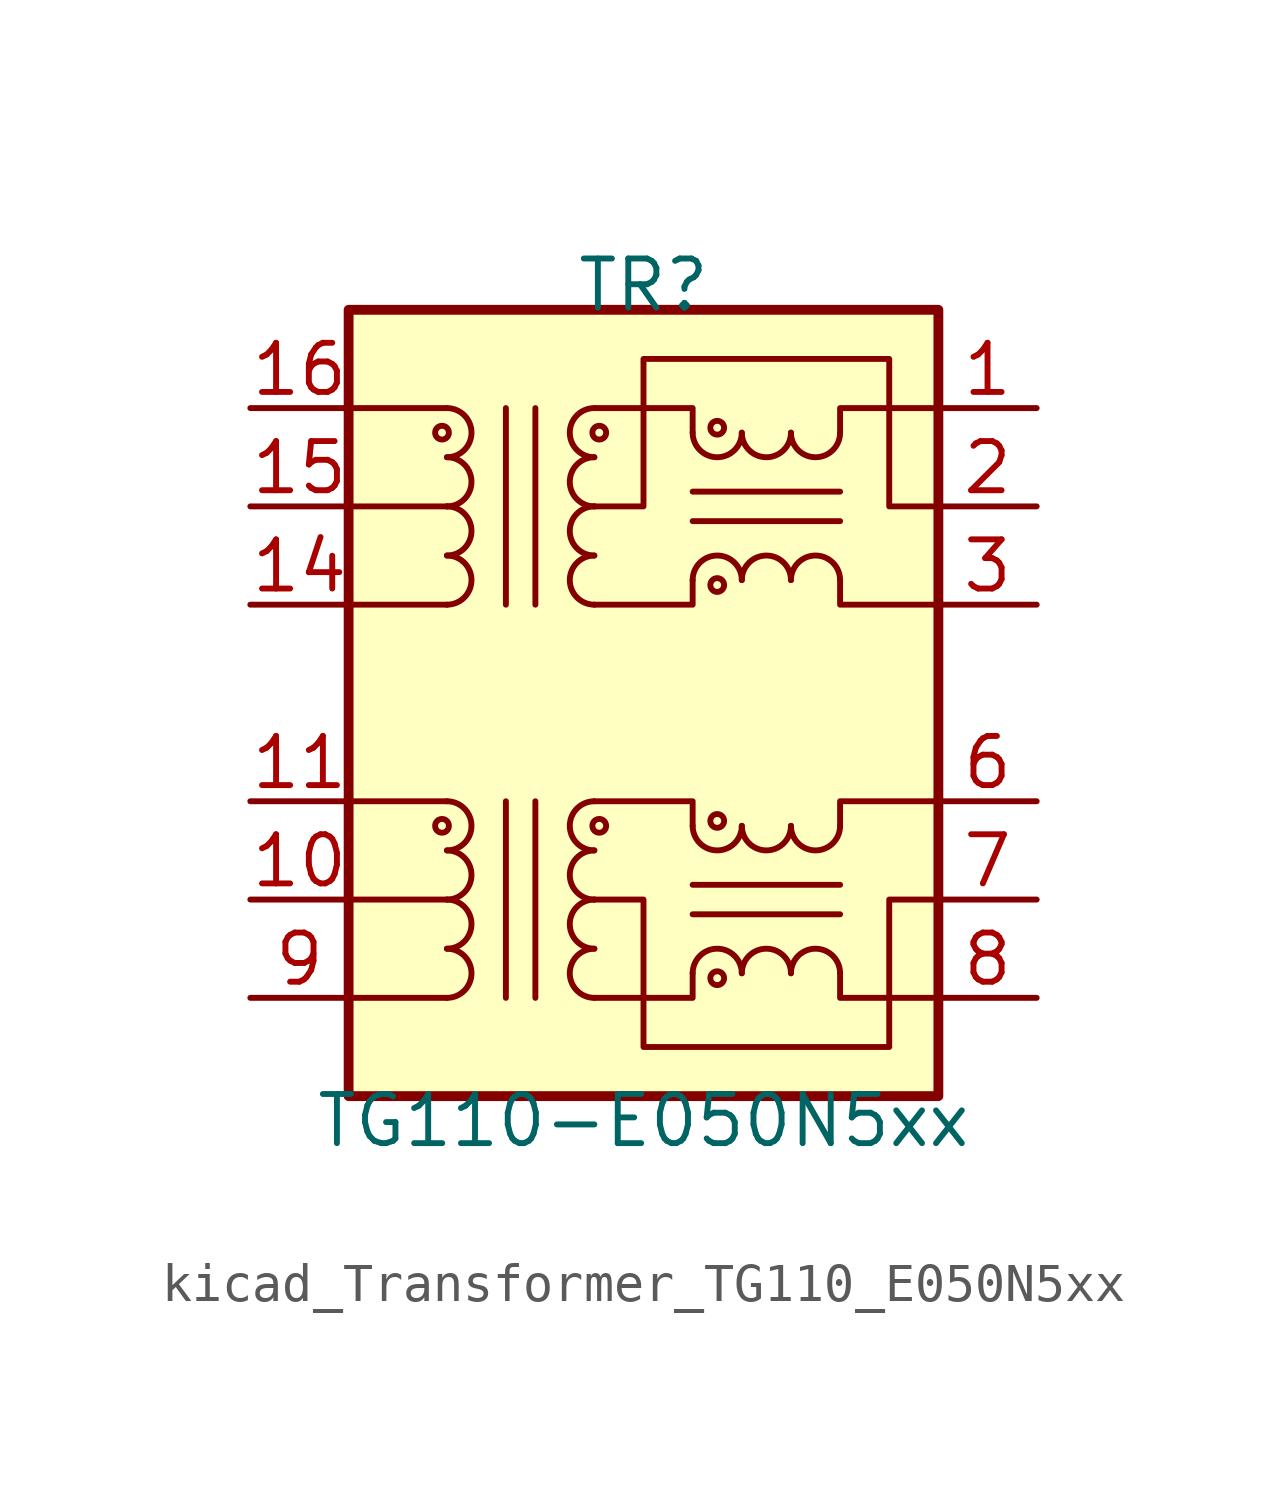
<source format=kicad_sym>
(kicad_symbol_lib
  (version 20220914)
  (generator kicad_symbol_editor)
  (symbol "kicad_Transformer_TG110_E050N5xx"
    (pin_names hide)
    (property "Reference" "TR"
      (at 0 10.795 0)
      (effects (font (size 1.27 1.27))))
    (property "Value" "TG110-E050N5xx"
      (at 0 -10.795 0)
      (effects (font (size 1.27 1.27))))
    (symbol "kicad_Transformer_TG110_E050N5xx_0_1"
      (rectangle (start -7.62 10.16) (end 7.62 -10.16) (stroke (width 0.254) (type default)) (fill (type background)))
      (circle (center -5.207 -3.175) (radius 0.178) (stroke (width 0) (type default)) (fill (type none)))
      (arc (start -5.08 -3.81) (mid -4.4477 -3.175) (end -5.08 -2.54) (stroke (width 0) (type default)) (fill (type none)))
      (polyline (pts (xy -5.08 -7.62) (xy -7.62 -7.62)) (stroke (width 0) (type default)) (fill (type none)))
      (polyline (pts (xy -5.08 -5.08) (xy -7.62 -5.08)) (stroke (width 0) (type default)) (fill (type none)))
      (polyline (pts (xy -5.08 -2.54) (xy -7.62 -2.54)) (stroke (width 0) (type default)) (fill (type none)))
      (polyline (pts (xy -3.556 -7.62) (xy -3.556 -2.54)) (stroke (width 0) (type default)) (fill (type none)))
      (polyline (pts (xy -3.556 7.62) (xy -3.556 2.54)) (stroke (width 0) (type default)) (fill (type none)))
      (polyline (pts (xy -2.794 -2.54) (xy -2.794 -7.62)) (stroke (width 0) (type default)) (fill (type none)))
      (polyline (pts (xy -2.794 2.54) (xy -2.794 7.62)) (stroke (width 0) (type default)) (fill (type none)))
      (polyline (pts (xy 1.27 -5.461) (xy 5.08 -5.461)) (stroke (width 0) (type default)) (fill (type none)))
      (polyline (pts (xy 1.27 -4.699) (xy 5.08 -4.699)) (stroke (width 0) (type default)) (fill (type none)))
      (polyline (pts (xy -1.27 -7.62) (xy 1.27 -7.62) (xy 1.27 -6.985)) (stroke (width 0) (type default)) (fill (type none)))
      (polyline (pts (xy 1.27 -3.175) (xy 1.27 -2.54) (xy -1.27 -2.54)) (stroke (width 0) (type default)) (fill (type none)))
      (polyline (pts (xy 5.08 -6.985) (xy 5.08 -7.62) (xy 7.62 -7.62)) (stroke (width 0) (type default)) (fill (type none)))
      (polyline (pts (xy 5.08 -3.175) (xy 5.08 -2.54) (xy 7.62 -2.54)) (stroke (width 0) (type default)) (fill (type none)))
      (polyline (pts (xy -1.27 -5.08) (xy 0 -5.08) (xy 0 -8.89) (xy 6.35 -8.89) (xy 6.35 -5.08) (xy 7.62 -5.08)) (stroke (width 0) (type default)) (fill (type none))))
    (symbol "kicad_Transformer_TG110_E050N5xx_1_1"
      (circle (center -5.207 6.985) (radius 0.178) (stroke (width 0) (type default)) (fill (type none)))
      (arc (start -5.08 -7.62) (mid -4.4477 -6.985) (end -5.08 -6.35) (stroke (width 0) (type default)) (fill (type none)))
      (arc (start -5.08 -6.35) (mid -4.4477 -5.715) (end -5.08 -5.08) (stroke (width 0) (type default)) (fill (type none)))
      (arc (start -5.08 -5.08) (mid -4.4477 -4.445) (end -5.08 -3.81) (stroke (width 0) (type default)) (fill (type none)))
      (arc (start -5.08 2.54) (mid -4.4477 3.175) (end -5.08 3.81) (stroke (width 0) (type default)) (fill (type none)))
      (arc (start -5.08 3.81) (mid -4.4477 4.445) (end -5.08 5.08) (stroke (width 0) (type default)) (fill (type none)))
      (arc (start -5.08 5.08) (mid -4.4477 5.715) (end -5.08 6.35) (stroke (width 0) (type default)) (fill (type none)))
      (arc (start -5.08 6.35) (mid -4.4477 6.985) (end -5.08 7.62) (stroke (width 0) (type default)) (fill (type none)))
      (arc (start -1.27 -6.35) (mid -1.9023 -6.985) (end -1.27 -7.62) (stroke (width 0) (type default)) (fill (type none)))
      (arc (start -1.27 -5.08) (mid -1.9023 -5.715) (end -1.27 -6.35) (stroke (width 0) (type default)) (fill (type none)))
      (arc (start -1.27 -3.81) (mid -1.9023 -4.445) (end -1.27 -5.08) (stroke (width 0) (type default)) (fill (type none)))
      (arc (start -1.27 -2.54) (mid -1.9023 -3.175) (end -1.27 -3.81) (stroke (width 0) (type default)) (fill (type none)))
      (arc (start -1.27 3.81) (mid -1.9023 3.175) (end -1.27 2.54) (stroke (width 0) (type default)) (fill (type none)))
      (arc (start -1.27 5.08) (mid -1.9023 4.445) (end -1.27 3.81) (stroke (width 0) (type default)) (fill (type none)))
      (arc (start -1.27 6.35) (mid -1.9023 5.715) (end -1.27 5.08) (stroke (width 0) (type default)) (fill (type none)))
      (arc (start -1.27 7.62) (mid -1.9023 6.985) (end -1.27 6.35) (stroke (width 0) (type default)) (fill (type none)))
      (circle (center -1.143 -3.175) (radius 0.178) (stroke (width 0) (type default)) (fill (type none)))
      (circle (center -1.143 6.985) (radius 0.178) (stroke (width 0) (type default)) (fill (type none)))
      (polyline (pts (xy -5.08 2.54) (xy -7.62 2.54)) (stroke (width 0) (type default)) (fill (type none)))
      (polyline (pts (xy -5.08 5.08) (xy -7.62 5.08)) (stroke (width 0) (type default)) (fill (type none)))
      (polyline (pts (xy -5.08 7.62) (xy -7.62 7.62)) (stroke (width 0) (type default)) (fill (type none)))
      (polyline (pts (xy 1.27 4.699) (xy 5.08 4.699)) (stroke (width 0) (type default)) (fill (type none)))
      (polyline (pts (xy 1.27 5.461) (xy 5.08 5.461)) (stroke (width 0) (type default)) (fill (type none)))
      (polyline (pts (xy -1.27 2.54) (xy 1.27 2.54) (xy 1.27 3.175)) (stroke (width 0) (type default)) (fill (type none)))
      (polyline (pts (xy 1.27 6.985) (xy 1.27 7.62) (xy -1.27 7.62)) (stroke (width 0) (type default)) (fill (type none)))
      (polyline (pts (xy 5.08 3.175) (xy 5.08 2.54) (xy 7.62 2.54)) (stroke (width 0) (type default)) (fill (type none)))
      (polyline (pts (xy 5.08 6.985) (xy 5.08 7.62) (xy 7.62 7.62)) (stroke (width 0) (type default)) (fill (type none)))
      (polyline (pts (xy 7.62 5.08) (xy 6.35 5.08) (xy 6.35 8.89) (xy 0 8.89) (xy 0 5.08) (xy -1.27 5.08)) (stroke (width 0) (type default)) (fill (type none)))
      (arc (start 1.27 -3.175) (mid 1.905 -3.8073) (end 2.54 -3.175) (stroke (width 0) (type default)) (fill (type none)))
      (arc (start 1.27 6.985) (mid 1.905 6.3527) (end 2.54 6.985) (stroke (width 0) (type default)) (fill (type none)))
      (circle (center 1.905 -7.112) (radius 0.178) (stroke (width 0) (type default)) (fill (type none)))
      (circle (center 1.905 -3.048) (radius 0.178) (stroke (width 0) (type default)) (fill (type none)))
      (circle (center 1.905 3.048) (radius 0.178) (stroke (width 0) (type default)) (fill (type none)))
      (circle (center 1.905 7.112) (radius 0.178) (stroke (width 0) (type default)) (fill (type none)))
      (arc (start 2.54 -6.985) (mid 1.905 -6.3527) (end 1.27 -6.985) (stroke (width 0) (type default)) (fill (type none)))
      (arc (start 2.54 -3.175) (mid 3.175 -3.8073) (end 3.81 -3.175) (stroke (width 0) (type default)) (fill (type none)))
      (arc (start 2.54 3.175) (mid 1.905 3.8073) (end 1.27 3.175) (stroke (width 0) (type default)) (fill (type none)))
      (arc (start 2.54 6.985) (mid 3.175 6.3527) (end 3.81 6.985) (stroke (width 0) (type default)) (fill (type none)))
      (arc (start 3.81 -6.985) (mid 3.175 -6.3527) (end 2.54 -6.985) (stroke (width 0) (type default)) (fill (type none)))
      (arc (start 3.81 -3.175) (mid 4.445 -3.8073) (end 5.08 -3.175) (stroke (width 0) (type default)) (fill (type none)))
      (arc (start 3.81 3.175) (mid 3.175 3.8073) (end 2.54 3.175) (stroke (width 0) (type default)) (fill (type none)))
      (arc (start 3.81 6.985) (mid 4.445 6.3527) (end 5.08 6.985) (stroke (width 0) (type default)) (fill (type none)))
      (arc (start 5.08 -6.985) (mid 4.445 -6.3527) (end 3.81 -6.985) (stroke (width 0) (type default)) (fill (type none)))
      (arc (start 5.08 3.175) (mid 4.445 3.8073) (end 3.81 3.175) (stroke (width 0) (type default)) (fill (type none)))
      (pin passive line (at 10.16 7.62 180) (length 2.54) (name "TX-" (effects (font (size 1.27 1.27)))) (number "1" (effects (font (size 1.27 1.27)))))
      (pin passive line (at -10.16 -5.08 0) (length 2.54) (name "C_RD" (effects (font (size 1.27 1.27)))) (number "10" (effects (font (size 1.27 1.27)))))
      (pin passive line (at -10.16 -2.54 0) (length 2.54) (name "RD-" (effects (font (size 1.27 1.27)))) (number "11" (effects (font (size 1.27 1.27)))))
      (pin no_connect line (at -2.54 -10.16 90) (length 2.54) hide (name "NC" (effects (font (size 1.27 1.27)))) (number "12" (effects (font (size 1.27 1.27)))))
      (pin no_connect line (at 2.54 -10.16 90) (length 2.54) hide (name "NC" (effects (font (size 1.27 1.27)))) (number "13" (effects (font (size 1.27 1.27)))))
      (pin passive line (at -10.16 2.54 0) (length 2.54) (name "TD+" (effects (font (size 1.27 1.27)))) (number "14" (effects (font (size 1.27 1.27)))))
      (pin passive line (at -10.16 5.08 0) (length 2.54) (name "C_TD" (effects (font (size 1.27 1.27)))) (number "15" (effects (font (size 1.27 1.27)))))
      (pin passive line (at -10.16 7.62 0) (length 2.54) (name "TD-" (effects (font (size 1.27 1.27)))) (number "16" (effects (font (size 1.27 1.27)))))
      (pin passive line (at 10.16 5.08 180) (length 2.54) (name "C_TX" (effects (font (size 1.27 1.27)))) (number "2" (effects (font (size 1.27 1.27)))))
      (pin passive line (at 10.16 2.54 180) (length 2.54) (name "TX+" (effects (font (size 1.27 1.27)))) (number "3" (effects (font (size 1.27 1.27)))))
      (pin no_connect line (at -2.54 10.16 270) (length 2.54) hide (name "NC" (effects (font (size 1.27 1.27)))) (number "4" (effects (font (size 1.27 1.27)))))
      (pin no_connect line (at 2.54 10.16 270) (length 2.54) hide (name "NC" (effects (font (size 1.27 1.27)))) (number "5" (effects (font (size 1.27 1.27)))))
      (pin passive line (at 10.16 -2.54 180) (length 2.54) (name "RX-" (effects (font (size 1.27 1.27)))) (number "6" (effects (font (size 1.27 1.27)))))
      (pin passive line (at 10.16 -5.08 180) (length 2.54) (name "C_RX" (effects (font (size 1.27 1.27)))) (number "7" (effects (font (size 1.27 1.27)))))
      (pin passive line (at 10.16 -7.62 180) (length 2.54) (name "RX+" (effects (font (size 1.27 1.27)))) (number "8" (effects (font (size 1.27 1.27)))))
      (pin passive line (at -10.16 -7.62 0) (length 2.54) (name "RD+" (effects (font (size 1.27 1.27)))) (number "9" (effects (font (size 1.27 1.27))))))))
</source>
